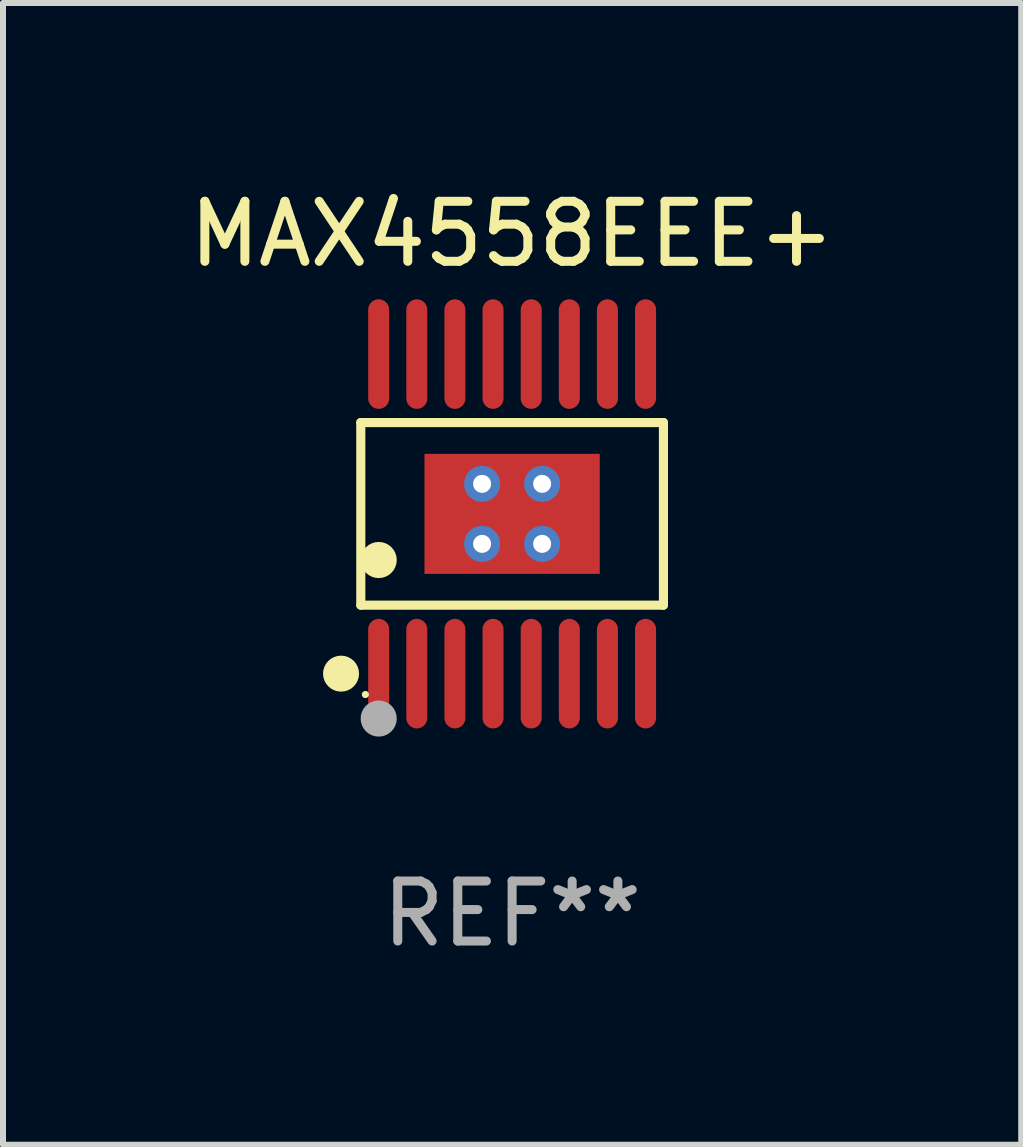
<source format=kicad_pcb>
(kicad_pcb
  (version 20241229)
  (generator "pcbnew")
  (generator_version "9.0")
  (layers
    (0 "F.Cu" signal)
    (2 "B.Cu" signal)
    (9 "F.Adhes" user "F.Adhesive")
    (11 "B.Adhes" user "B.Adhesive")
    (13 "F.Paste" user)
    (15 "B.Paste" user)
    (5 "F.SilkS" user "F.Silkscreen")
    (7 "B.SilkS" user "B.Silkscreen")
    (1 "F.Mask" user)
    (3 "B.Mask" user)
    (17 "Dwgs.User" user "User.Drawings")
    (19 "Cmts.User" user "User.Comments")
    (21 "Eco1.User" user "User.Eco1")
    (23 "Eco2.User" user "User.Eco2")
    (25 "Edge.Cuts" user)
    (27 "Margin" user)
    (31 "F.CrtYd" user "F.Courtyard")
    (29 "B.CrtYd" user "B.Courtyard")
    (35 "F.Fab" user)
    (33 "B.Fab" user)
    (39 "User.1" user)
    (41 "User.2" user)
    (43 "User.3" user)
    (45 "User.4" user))
  (footprint "MAX4558EEE+"
    (layer "F.Cu")
    (at 5.482 5.511)
    (property "Reference" "MAX4558EEE+" (at 0 -4.662 0) (layer "F.SilkS") (effects (font (size 1 1) (thickness 0.15))))
    (attr through_hole)
    (fp_line (start -2.521 -1.521) (end 2.521 -1.521) (stroke (width 0.152) (type solid)) (layer "F.SilkS"))
    (fp_line (start -2.521 1.521) (end -2.521 -1.521) (stroke (width 0.152) (type solid)) (layer "F.SilkS"))
    (fp_line (start 2.521 -1.521) (end 2.521 1.521) (stroke (width 0.152) (type solid)) (layer "F.SilkS"))
    (fp_line (start 2.521 1.521) (end -2.521 1.521) (stroke (width 0.152) (type solid)) (layer "F.SilkS"))
    (fp_circle (center -2.85 2.662) (end -2.7 2.662) (stroke (width 0.3) (type solid)) (fill no) (layer "F.SilkS"))
    (fp_circle (center -2.445 3.01) (end -2.415 3.01) (stroke (width 0.06) (type solid)) (fill no) (layer "F.SilkS"))
    (fp_circle (center -2.223 0.769) (end -2.072 0.769) (stroke (width 0.3) (type solid)) (fill no) (layer "F.SilkS"))
    (fp_circle (center -2.223 3.41) (end -2.072 3.41) (stroke (width 0.3) (type solid)) (fill no) (layer "F.Fab"))
    (fp_text user "REF**" (at 0 6.662 0) (layer "F.Fab") (effects (font (size 1 1) (thickness 0.15))))
    (pad "1" smd oval (at -2.223 2.662) (size 0.35 1.825) (layers "F.Cu" "F.Mask" "F.Paste"))
    (pad "2" smd oval (at -1.588 2.662) (size 0.35 1.825) (layers "F.Cu" "F.Mask" "F.Paste"))
    (pad "3" smd oval (at -0.953 2.662) (size 0.35 1.825) (layers "F.Cu" "F.Mask" "F.Paste"))
    (pad "4" smd oval (at -0.318 2.662) (size 0.35 1.825) (layers "F.Cu" "F.Mask" "F.Paste"))
    (pad "5" smd oval (at 0.318 2.662) (size 0.35 1.825) (layers "F.Cu" "F.Mask" "F.Paste"))
    (pad "6" smd oval (at 0.953 2.662) (size 0.35 1.825) (layers "F.Cu" "F.Mask" "F.Paste"))
    (pad "7" smd oval (at 1.588 2.662) (size 0.35 1.825) (layers "F.Cu" "F.Mask" "F.Paste"))
    (pad "8" smd oval (at 2.223 2.662) (size 0.35 1.825) (layers "F.Cu" "F.Mask" "F.Paste"))
    (pad "9" smd oval (at 2.223 -2.662) (size 0.35 1.825) (layers "F.Cu" "F.Mask" "F.Paste"))
    (pad "10" smd oval (at 1.588 -2.662) (size 0.35 1.825) (layers "F.Cu" "F.Mask" "F.Paste"))
    (pad "11" smd oval (at 0.953 -2.662) (size 0.35 1.825) (layers "F.Cu" "F.Mask" "F.Paste"))
    (pad "12" smd oval (at 0.318 -2.662) (size 0.35 1.825) (layers "F.Cu" "F.Mask" "F.Paste"))
    (pad "13" smd oval (at -0.318 -2.662) (size 0.35 1.825) (layers "F.Cu" "F.Mask" "F.Paste"))
    (pad "14" smd oval (at -0.953 -2.662) (size 0.35 1.825) (layers "F.Cu" "F.Mask" "F.Paste"))
    (pad "15" smd oval (at -1.588 -2.662) (size 0.35 1.825) (layers "F.Cu" "F.Mask" "F.Paste"))
    (pad "16" smd oval (at -2.223 -2.662) (size 0.35 1.825) (layers "F.Cu" "F.Mask" "F.Paste"))
    (pad "17" thru_hole circle (at -0.5 -0.5) (size 0.6 0.6) (drill 0.3) (layers "*.Cu" "*.Mask"))
    (pad "17" thru_hole circle (at -0.5 0.5) (size 0.6 0.6) (drill 0.3) (layers "*.Cu" "*.Mask"))
    (pad "17" smd rect (at 0 0) (size 2.92 2) (layers "F.Cu" "F.Mask" "F.Paste"))
    (pad "17" thru_hole circle (at 0.5 -0.5) (size 0.6 0.6) (drill 0.3) (layers "*.Cu" "*.Mask"))
    (pad "17" thru_hole circle (at 0.5 0.5) (size 0.6 0.6) (drill 0.3) (layers "*.Cu" "*.Mask")))
  (gr_rect
    (start -3 -3)
    (end 13.964 16.021)
    (stroke (width 0.1) (type default))
    (fill no)
    (layer "Edge.Cuts")))
</source>
